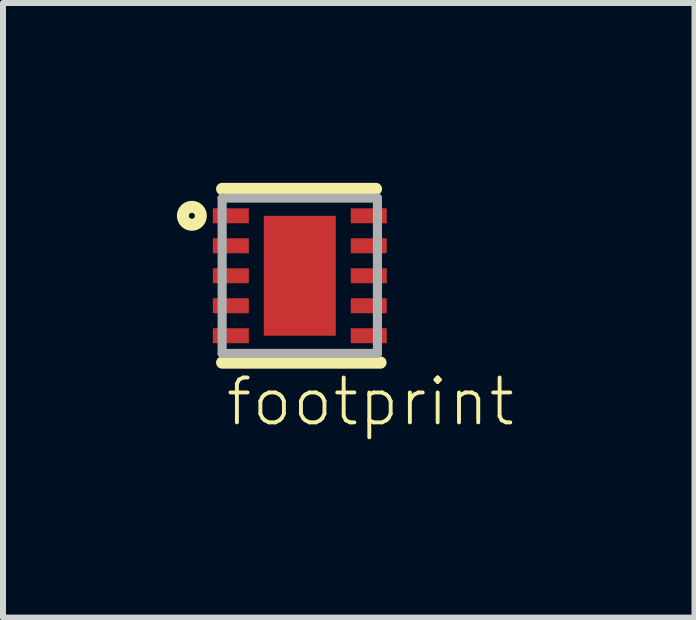
<source format=kicad_pcb>
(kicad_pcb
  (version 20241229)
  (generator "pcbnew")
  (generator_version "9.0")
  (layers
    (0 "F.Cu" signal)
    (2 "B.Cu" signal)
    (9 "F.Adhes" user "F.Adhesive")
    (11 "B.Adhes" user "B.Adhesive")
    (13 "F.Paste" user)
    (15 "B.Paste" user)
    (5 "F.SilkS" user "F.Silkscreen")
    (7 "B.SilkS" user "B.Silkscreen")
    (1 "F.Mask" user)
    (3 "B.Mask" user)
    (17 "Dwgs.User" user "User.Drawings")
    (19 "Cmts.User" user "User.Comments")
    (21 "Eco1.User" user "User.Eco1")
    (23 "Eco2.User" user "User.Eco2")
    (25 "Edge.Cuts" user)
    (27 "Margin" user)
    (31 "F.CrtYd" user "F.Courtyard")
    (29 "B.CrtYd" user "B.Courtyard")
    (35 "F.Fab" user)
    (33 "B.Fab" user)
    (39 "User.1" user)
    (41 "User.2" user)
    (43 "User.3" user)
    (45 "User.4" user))
  (footprint "footprint"
    (layer "F.Cu")
    (at 1.95 1.549)
    (property "Reference" "footprint" (at -1.27 2.54 0) (layer "F.SilkS") (effects (font (size 0.748 0.748) (thickness 0.065)) (justify left bottom)))
    (fp_line (start -1.295 -1.448) (end 1.27 -1.448) (stroke (width 0.203) (type solid)) (layer "F.SilkS"))
    (fp_line (start -1.295 1.448) (end 1.346 1.448) (stroke (width 0.203) (type solid)) (layer "F.SilkS"))
    (fp_circle (center -1.8 -1) (end -1.75 -1) (stroke (width 0.2) (type solid)) (fill no) (layer "F.SilkS"))
    (fp_poly (pts (xy 0.322 0.653) (xy -0.322 0.653) (xy -0.322 -0.653) (xy 0.322 -0.653)) (stroke (width 0) (type solid)) (fill yes) (layer "F.Paste"))
    (fp_line (start -1.295 -1.295) (end 1.295 -1.295) (stroke (width 0.152) (type solid)) (layer "F.Fab"))
    (fp_line (start -1.295 1.295) (end -1.295 -1.295) (stroke (width 0.152) (type solid)) (layer "F.Fab"))
    (fp_line (start -1.295 1.295) (end 1.295 1.295) (stroke (width 0.152) (type solid)) (layer "F.Fab"))
    (fp_line (start 1.295 1.295) (end 1.295 -1.295) (stroke (width 0.152) (type solid)) (layer "F.Fab"))
    (pad "1" smd rect (at -1.15 -1 180) (size 0.6 0.25) (layers "F.Cu" "F.Mask" "F.Paste"))
    (pad "2" smd rect (at -1.15 -0.5 180) (size 0.6 0.25) (layers "F.Cu" "F.Mask" "F.Paste"))
    (pad "3" smd rect (at -1.15 -0.000003 180) (size 0.6 0.25) (layers "F.Cu" "F.Mask" "F.Paste"))
    (pad "4" smd rect (at -1.15 0.5 180) (size 0.6 0.25) (layers "F.Cu" "F.Mask" "F.Paste"))
    (pad "5" smd rect (at -1.15 1 180) (size 0.6 0.25) (layers "F.Cu" "F.Mask" "F.Paste"))
    (pad "6" smd rect (at 1.15 1 180) (size 0.6 0.25) (layers "F.Cu" "F.Mask" "F.Paste"))
    (pad "7" smd rect (at 1.15 0.5 180) (size 0.6 0.25) (layers "F.Cu" "F.Mask" "F.Paste"))
    (pad "8" smd rect (at 1.15 -0.000003 180) (size 0.6 0.25) (layers "F.Cu" "F.Mask" "F.Paste"))
    (pad "9" smd rect (at 1.15 -0.5 180) (size 0.6 0.25) (layers "F.Cu" "F.Mask" "F.Paste"))
    (pad "10" smd rect (at 1.15 -1 180) (size 0.6 0.25) (layers "F.Cu" "F.Mask" "F.Paste"))
    (pad "11" smd rect (at 0 0) (size 1.2 2) (layers "F.Cu" "F.Mask")))
  (gr_rect
    (start -3 -3)
    (end 8.533 7.25)
    (stroke (width 0.1) (type default))
    (fill no)
    (layer "Edge.Cuts")))
</source>
